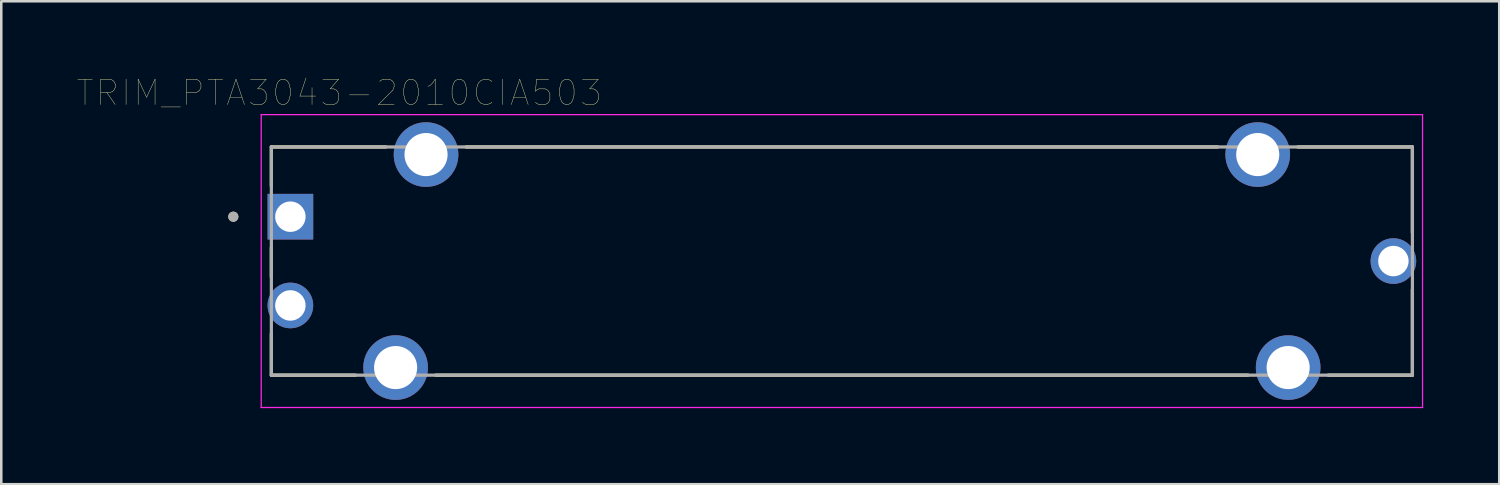
<source format=kicad_pcb>
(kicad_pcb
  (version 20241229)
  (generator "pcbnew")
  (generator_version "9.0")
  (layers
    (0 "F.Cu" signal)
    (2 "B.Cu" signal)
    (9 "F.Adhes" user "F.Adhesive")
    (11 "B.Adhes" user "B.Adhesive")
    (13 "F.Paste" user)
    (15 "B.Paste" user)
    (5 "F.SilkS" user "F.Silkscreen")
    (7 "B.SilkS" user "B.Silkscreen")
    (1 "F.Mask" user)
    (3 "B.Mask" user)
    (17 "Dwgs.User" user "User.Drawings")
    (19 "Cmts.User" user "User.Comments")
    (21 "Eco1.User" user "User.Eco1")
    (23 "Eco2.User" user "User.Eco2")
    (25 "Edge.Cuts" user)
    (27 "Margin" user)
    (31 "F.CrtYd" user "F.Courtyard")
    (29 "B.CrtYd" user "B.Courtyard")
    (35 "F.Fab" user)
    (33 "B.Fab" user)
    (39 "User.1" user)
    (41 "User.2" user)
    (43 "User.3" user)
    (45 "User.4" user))
  (footprint "TRIM_PTA3043-2010CIA503"
    (layer "F.Cu")
    (at 30.152 7.246)
    (property "Reference" "TRIM_PTA3043-2010CIA503" (at -19.825 -6.635 0) (layer "F.SilkS") (effects (font (size 1 1) (thickness 0.015))))
    (attr through_hole)
    (fp_line (start -22.5 -4.5) (end -17.98 -4.5) (stroke (width 0.127) (type solid)) (layer "F.SilkS"))
    (fp_line (start -22.5 -2.97) (end -22.5 -4.5) (stroke (width 0.127) (type solid)) (layer "F.SilkS"))
    (fp_line (start -22.5 0.63) (end -22.5 -0.53) (stroke (width 0.127) (type solid)) (layer "F.SilkS"))
    (fp_line (start -22.5 4.5) (end -22.5 2.87) (stroke (width 0.127) (type solid)) (layer "F.SilkS"))
    (fp_line (start -22.5 4.5) (end -19.18 4.5) (stroke (width 0.127) (type solid)) (layer "F.SilkS"))
    (fp_line (start -16.02 4.5) (end 16.02 4.5) (stroke (width 0.127) (type solid)) (layer "F.SilkS"))
    (fp_line (start -14.82 -4.5) (end 14.82 -4.5) (stroke (width 0.127) (type solid)) (layer "F.SilkS"))
    (fp_line (start 22.5 -4.5) (end 17.98 -4.5) (stroke (width 0.127) (type solid)) (layer "F.SilkS"))
    (fp_line (start 22.5 -4.5) (end 22.5 -1.12) (stroke (width 0.127) (type solid)) (layer "F.SilkS"))
    (fp_line (start 22.5 1.12) (end 22.5 4.5) (stroke (width 0.127) (type solid)) (layer "F.SilkS"))
    (fp_line (start 22.5 4.5) (end 19.18 4.5) (stroke (width 0.127) (type solid)) (layer "F.SilkS"))
    (fp_circle (center -24 -1.75) (end -23.9 -1.75) (stroke (width 0.2) (type solid)) (fill no) (layer "F.SilkS"))
    (fp_line (start -22.9 -5.775) (end 22.9 -5.775) (stroke (width 0.05) (type solid)) (layer "F.CrtYd"))
    (fp_line (start -22.9 5.775) (end -22.9 -5.775) (stroke (width 0.05) (type solid)) (layer "F.CrtYd"))
    (fp_line (start 22.9 -5.775) (end 22.9 5.775) (stroke (width 0.05) (type solid)) (layer "F.CrtYd"))
    (fp_line (start 22.9 5.775) (end -22.9 5.775) (stroke (width 0.05) (type solid)) (layer "F.CrtYd"))
    (fp_line (start -22.5 -4.5) (end 22.5 -4.5) (stroke (width 0.127) (type solid)) (layer "F.Fab"))
    (fp_line (start -22.5 4.5) (end -22.5 -4.5) (stroke (width 0.127) (type solid)) (layer "F.Fab"))
    (fp_line (start 22.5 -4.5) (end 22.5 4.5) (stroke (width 0.127) (type solid)) (layer "F.Fab"))
    (fp_line (start 22.5 4.5) (end -22.5 4.5) (stroke (width 0.127) (type solid)) (layer "F.Fab"))
    (fp_circle (center -24 -1.75) (end -23.9 -1.75) (stroke (width 0.2) (type solid)) (fill no) (layer "F.Fab"))
    (pad "1" thru_hole rect (at -21.75 -1.75) (size 1.8 1.8) (drill 1.2) (layers "*.Cu" "*.Mask"))
    (pad "2" thru_hole circle (at -21.75 1.75) (size 1.8 1.8) (drill 1.2) (layers "*.Cu" "*.Mask"))
    (pad "3" thru_hole circle (at 21.75 0) (size 1.8 1.8) (drill 1.2) (layers "*.Cu" "*.Mask"))
    (pad "P1" thru_hole circle (at -16.4 -4.2) (size 2.55 2.55) (drill 1.7) (layers "*.Cu" "*.Mask"))
    (pad "P2" thru_hole circle (at 16.4 -4.2) (size 2.55 2.55) (drill 1.7) (layers "*.Cu" "*.Mask"))
    (pad "P3" thru_hole circle (at -17.6 4.2) (size 2.55 2.55) (drill 1.7) (layers "*.Cu" "*.Mask"))
    (pad "P4" thru_hole circle (at 17.6 4.2) (size 2.55 2.55) (drill 1.7) (layers "*.Cu" "*.Mask")))
  (gr_rect
    (start -3 -3)
    (end 56.077 16.046)
    (stroke (width 0.1) (type default))
    (fill no)
    (layer "Edge.Cuts")))
</source>
